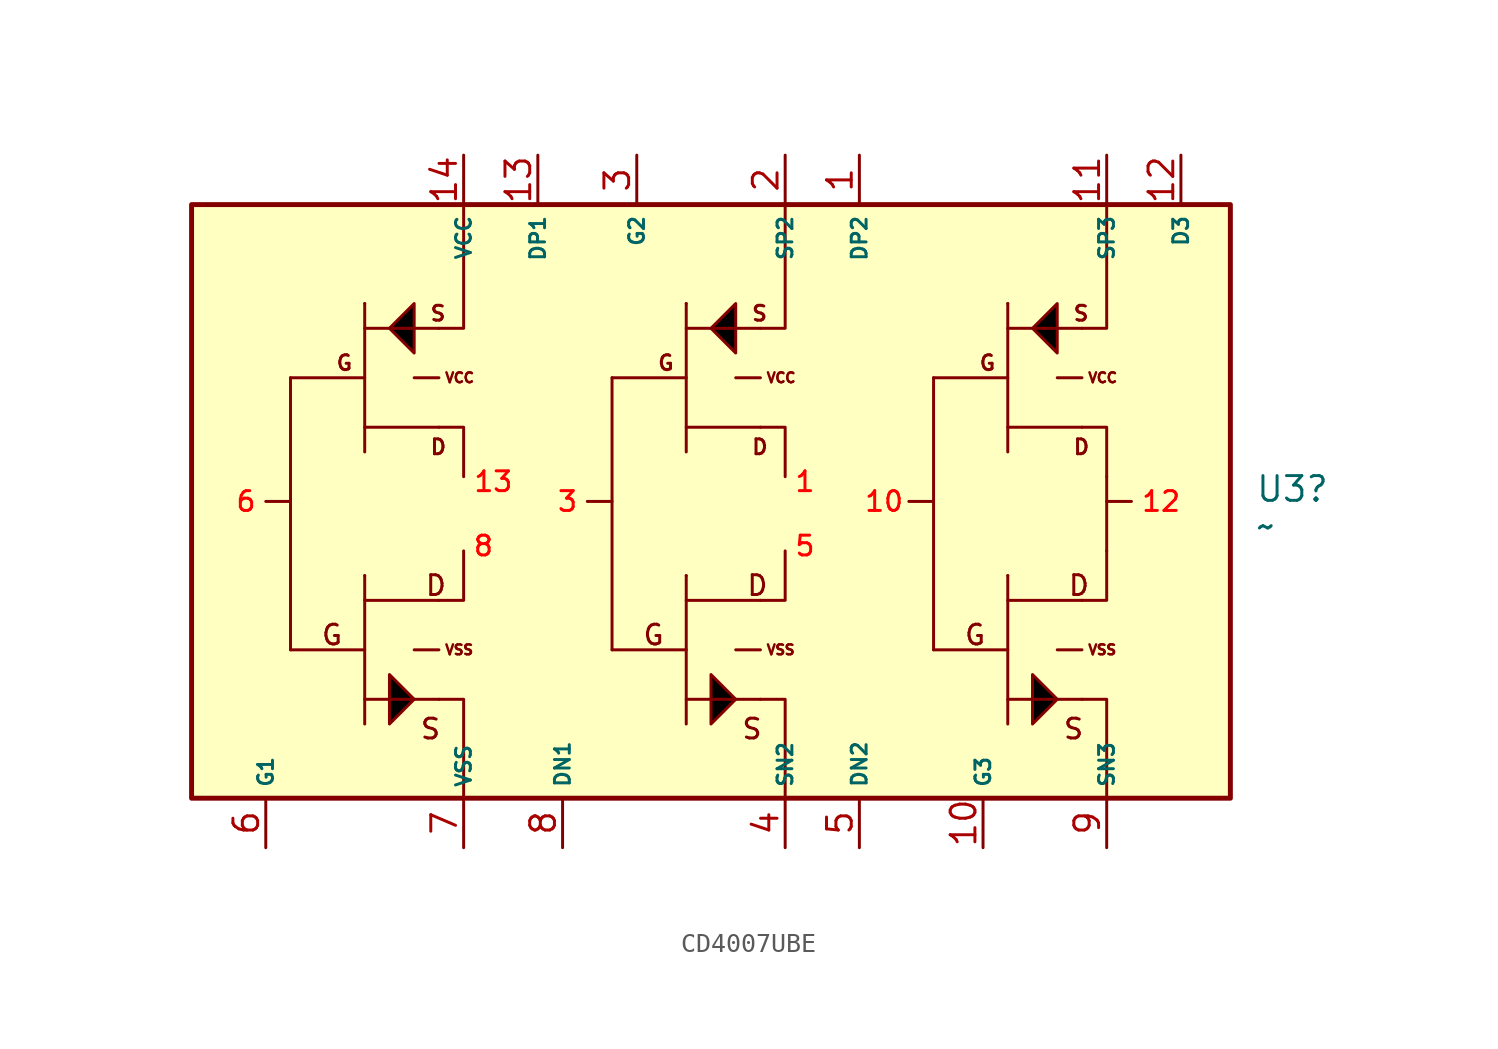
<source format=kicad_sym>
(kicad_symbol_lib
  (version 20231120)
  (generator "kicad_symbol_editor")
  (generator_version "8.0")
  (symbol "CD4007UBE"
    (property "Reference" "U3"
      (at 27.94 0.635 0)
      (effects (font (size 1.27 1.27)) (justify left)))
    (property "Value" "~"
      (at 27.94 -1.27 0)
      (effects (font (size 1.27 1.27)) (justify left)))
    (symbol "CD4007UBE_1_1"
      (rectangle (start -26.67 15.24) (end 26.67 -15.24) (stroke (width 0.254) (type default)) (fill (type background)))
      (polyline (pts (xy -21.59 -7.62) (xy -17.78 -7.62)) (stroke (width 0) (type default)) (fill (type none)))
      (polyline (pts (xy -21.59 0) (xy -22.86 0)) (stroke (width 0) (type default)) (fill (type none)))
      (polyline (pts (xy -21.59 6.35) (xy -21.59 -7.62)) (stroke (width 0) (type default)) (fill (type none)))
      (polyline (pts (xy -21.59 6.35) (xy -17.78 6.35)) (stroke (width 0) (type default)) (fill (type none)))
      (polyline (pts (xy -17.78 -10.16) (xy -13.97 -10.16)) (stroke (width 0) (type default)) (fill (type none)))
      (polyline (pts (xy -17.78 -5.08) (xy -13.97 -5.08)) (stroke (width 0) (type default)) (fill (type none)))
      (polyline (pts (xy -17.78 -3.81) (xy -17.78 -11.43)) (stroke (width 0) (type default)) (fill (type none)))
      (polyline (pts (xy -17.78 -3.81) (xy -17.78 -3.81)) (stroke (width 0) (type default)) (fill (type none)))
      (polyline (pts (xy -17.78 3.81) (xy -13.97 3.81)) (stroke (width 0) (type default)) (fill (type none)))
      (polyline (pts (xy -17.78 8.89) (xy -13.97 8.89)) (stroke (width 0) (type default)) (fill (type none)))
      (polyline (pts (xy -17.78 10.16) (xy -17.78 2.54)) (stroke (width 0) (type default)) (fill (type none)))
      (polyline (pts (xy -17.78 10.16) (xy -17.78 10.16)) (stroke (width 0) (type default)) (fill (type none)))
      (polyline (pts (xy -15.24 -7.62) (xy -13.97 -7.62)) (stroke (width 0) (type default)) (fill (type none)))
      (polyline (pts (xy -15.24 6.35) (xy -13.97 6.35)) (stroke (width 0) (type default)) (fill (type none)))
      (polyline (pts (xy -5.08 -7.62) (xy -1.27 -7.62)) (stroke (width 0) (type default)) (fill (type none)))
      (polyline (pts (xy -5.08 0) (xy -6.35 0)) (stroke (width 0) (type default)) (fill (type none)))
      (polyline (pts (xy -5.08 6.35) (xy -5.08 -7.62)) (stroke (width 0) (type default)) (fill (type none)))
      (polyline (pts (xy -5.08 6.35) (xy -1.27 6.35)) (stroke (width 0) (type default)) (fill (type none)))
      (polyline (pts (xy -1.27 -10.16) (xy 2.54 -10.16)) (stroke (width 0) (type default)) (fill (type none)))
      (polyline (pts (xy -1.27 -5.08) (xy 2.54 -5.08)) (stroke (width 0) (type default)) (fill (type none)))
      (polyline (pts (xy -1.27 -3.81) (xy -1.27 -11.43)) (stroke (width 0) (type default)) (fill (type none)))
      (polyline (pts (xy -1.27 -3.81) (xy -1.27 -3.81)) (stroke (width 0) (type default)) (fill (type none)))
      (polyline (pts (xy -1.27 3.81) (xy 2.54 3.81)) (stroke (width 0) (type default)) (fill (type none)))
      (polyline (pts (xy -1.27 8.89) (xy 2.54 8.89)) (stroke (width 0) (type default)) (fill (type none)))
      (polyline (pts (xy -1.27 10.16) (xy -1.27 2.54)) (stroke (width 0) (type default)) (fill (type none)))
      (polyline (pts (xy -1.27 10.16) (xy -1.27 10.16)) (stroke (width 0) (type default)) (fill (type none)))
      (polyline (pts (xy 1.27 -7.62) (xy 2.54 -7.62)) (stroke (width 0) (type default)) (fill (type none)))
      (polyline (pts (xy 1.27 6.35) (xy 2.54 6.35)) (stroke (width 0) (type default)) (fill (type none)))
      (polyline (pts (xy 11.43 -7.62) (xy 15.24 -7.62)) (stroke (width 0) (type default)) (fill (type none)))
      (polyline (pts (xy 11.43 0) (xy 10.16 0)) (stroke (width 0) (type default)) (fill (type none)))
      (polyline (pts (xy 11.43 6.35) (xy 11.43 -7.62)) (stroke (width 0) (type default)) (fill (type none)))
      (polyline (pts (xy 11.43 6.35) (xy 15.24 6.35)) (stroke (width 0) (type default)) (fill (type none)))
      (polyline (pts (xy 15.24 -10.16) (xy 19.05 -10.16)) (stroke (width 0) (type default)) (fill (type none)))
      (polyline (pts (xy 15.24 -5.08) (xy 19.05 -5.08)) (stroke (width 0) (type default)) (fill (type none)))
      (polyline (pts (xy 15.24 -3.81) (xy 15.24 -11.43)) (stroke (width 0) (type default)) (fill (type none)))
      (polyline (pts (xy 15.24 -3.81) (xy 15.24 -3.81)) (stroke (width 0) (type default)) (fill (type none)))
      (polyline (pts (xy 15.24 3.81) (xy 19.05 3.81)) (stroke (width 0) (type default)) (fill (type none)))
      (polyline (pts (xy 15.24 8.89) (xy 19.05 8.89)) (stroke (width 0) (type default)) (fill (type none)))
      (polyline (pts (xy 15.24 10.16) (xy 15.24 2.54)) (stroke (width 0) (type default)) (fill (type none)))
      (polyline (pts (xy 15.24 10.16) (xy 15.24 10.16)) (stroke (width 0) (type default)) (fill (type none)))
      (polyline (pts (xy 17.78 -7.62) (xy 19.05 -7.62)) (stroke (width 0) (type default)) (fill (type none)))
      (polyline (pts (xy 17.78 6.35) (xy 19.05 6.35)) (stroke (width 0) (type default)) (fill (type none)))
      (polyline (pts (xy 20.32 0) (xy 21.59 0)) (stroke (width 0) (type default)) (fill (type none)))
      (polyline (pts (xy 20.32 1.27) (xy 20.32 -2.54)) (stroke (width 0) (type default)) (fill (type none)))
      (polyline (pts (xy -13.97 -10.16) (xy -12.7 -10.16) (xy -12.7 -15.24)) (stroke (width 0) (type default)) (fill (type none)))
      (polyline (pts (xy -13.97 -5.08) (xy -12.7 -5.08) (xy -12.7 -2.54)) (stroke (width 0) (type default)) (fill (type none)))
      (polyline (pts (xy -13.97 3.81) (xy -12.7 3.81) (xy -12.7 1.27)) (stroke (width 0) (type default)) (fill (type none)))
      (polyline (pts (xy -13.97 8.89) (xy -12.7 8.89) (xy -12.7 15.24)) (stroke (width 0) (type default)) (fill (type none)))
      (polyline (pts (xy 2.54 -10.16) (xy 3.81 -10.16) (xy 3.81 -15.24)) (stroke (width 0) (type default)) (fill (type none)))
      (polyline (pts (xy 2.54 -5.08) (xy 3.81 -5.08) (xy 3.81 -2.54)) (stroke (width 0) (type default)) (fill (type none)))
      (polyline (pts (xy 2.54 3.81) (xy 3.81 3.81) (xy 3.81 1.27)) (stroke (width 0) (type default)) (fill (type none)))
      (polyline (pts (xy 2.54 8.89) (xy 3.81 8.89) (xy 3.81 15.24)) (stroke (width 0) (type default)) (fill (type none)))
      (polyline (pts (xy 19.05 -10.16) (xy 20.32 -10.16) (xy 20.32 -15.24)) (stroke (width 0) (type default)) (fill (type none)))
      (polyline (pts (xy 19.05 -5.08) (xy 20.32 -5.08) (xy 20.32 -2.54)) (stroke (width 0) (type default)) (fill (type none)))
      (polyline (pts (xy 19.05 3.81) (xy 20.32 3.81) (xy 20.32 1.27)) (stroke (width 0) (type default)) (fill (type none)))
      (polyline (pts (xy 19.05 8.89) (xy 20.32 8.89) (xy 20.32 15.24)) (stroke (width 0) (type default)) (fill (type none)))
      (polyline (pts (xy -16.51 -8.89) (xy -15.24 -10.16) (xy -16.51 -11.43) (xy -16.51 -8.89)) (stroke (width 0) (type default)) (fill (type color) (color 0 0 0 1)))
      (polyline (pts (xy -15.24 10.16) (xy -16.51 8.89) (xy -15.24 7.62) (xy -15.24 10.16)) (stroke (width 0) (type default)) (fill (type color) (color 0 0 0 1)))
      (polyline (pts (xy 0 -8.89) (xy 1.27 -10.16) (xy 0 -11.43) (xy 0 -8.89)) (stroke (width 0) (type default)) (fill (type color) (color 0 0 0 1)))
      (polyline (pts (xy 1.27 10.16) (xy 0 8.89) (xy 1.27 7.62) (xy 1.27 10.16)) (stroke (width 0) (type default)) (fill (type color) (color 0 0 0 1)))
      (polyline (pts (xy 16.51 -8.89) (xy 17.78 -10.16) (xy 16.51 -11.43) (xy 16.51 -8.89)) (stroke (width 0) (type default)) (fill (type color) (color 0 0 0 1)))
      (polyline (pts (xy 17.78 10.16) (xy 16.51 8.89) (xy 17.78 7.62) (xy 17.78 10.16)) (stroke (width 0) (type default)) (fill (type color) (color 0 0 0 1)))
      (text "1" (at 4.826 1.016 0) (effects (font (size 1.016 1.016) (color 255 0 0 1))))
      (text "10" (at 8.89 0 0) (effects (font (size 1.016 1.016) (color 255 0 0 1))))
      (text "12" (at 23.114 0 0) (effects (font (size 1.016 1.016) (color 255 0 0 1))))
      (text "13" (at -11.176 1.016 0) (effects (font (size 1.016 1.016) (color 255 0 0 1))))
      (text "3" (at -7.366 0 0) (effects (font (size 1.016 1.016) (color 255 0 0 1))))
      (text "5" (at 4.826 -2.286 0) (effects (font (size 1.016 1.016) (color 255 0 0 1))))
      (text "6" (at -23.876 0 0) (effects (font (size 1.016 1.016) (color 255 0 0 1))))
      (text "8" (at -11.684 -2.286 0) (effects (font (size 1.016 1.016) (color 255 0 0 1))))
      (text "D" (at -14.732 -4.318 0) (effects (font (size 1.016 1.016)) (justify left)))
      (text "D" (at -14.478 2.794 0) (effects (font (size 0.762 0.762)) (justify left)))
      (text "D" (at 1.778 -4.318 0) (effects (font (size 1.016 1.016)) (justify left)))
      (text "D" (at 2.032 2.794 0) (effects (font (size 0.762 0.762)) (justify left)))
      (text "D" (at 18.288 -4.318 0) (effects (font (size 1.016 1.016)) (justify left)))
      (text "D" (at 18.542 2.794 0) (effects (font (size 0.762 0.762)) (justify left)))
      (text "G" (at -20.066 -6.858 0) (effects (font (size 1.016 1.016)) (justify left)))
      (text "G" (at -19.304 7.112 0) (effects (font (size 0.762 0.762)) (justify left)))
      (text "G" (at -3.556 -6.858 0) (effects (font (size 1.016 1.016)) (justify left)))
      (text "G" (at -2.794 7.112 0) (effects (font (size 0.762 0.762)) (justify left)))
      (text "G" (at 12.954 -6.858 0) (effects (font (size 1.016 1.016)) (justify left)))
      (text "G" (at 13.716 7.112 0) (effects (font (size 0.762 0.762)) (justify left)))
      (text "S" (at -14.986 -11.684 0) (effects (font (size 1.016 1.016)) (justify left)))
      (text "S" (at -14.478 9.652 0) (effects (font (size 0.762 0.762)) (justify left)))
      (text "S" (at 1.524 -11.684 0) (effects (font (size 1.016 1.016)) (justify left)))
      (text "S" (at 2.032 9.652 0) (effects (font (size 0.762 0.762)) (justify left)))
      (text "S" (at 18.034 -11.684 0) (effects (font (size 1.016 1.016)) (justify left)))
      (text "S" (at 18.542 9.652 0) (effects (font (size 0.762 0.762)) (justify left)))
      (text "VCC" (at -13.716 6.35 0) (effects (font (size 0.508 0.508)) (justify left)))
      (text "VCC" (at 2.794 6.35 0) (effects (font (size 0.508 0.508)) (justify left)))
      (text "VCC" (at 19.304 6.35 0) (effects (font (size 0.508 0.508)) (justify left)))
      (text "VSS" (at -13.716 -7.62 0) (effects (font (size 0.508 0.508)) (justify left)))
      (text "VSS" (at 2.794 -7.62 0) (effects (font (size 0.508 0.508)) (justify left)))
      (text "VSS" (at 19.304 -7.62 0) (effects (font (size 0.508 0.508)) (justify left)))
      (pin output line (at 7.62 17.78 270) (length 2.54) (name "DP2" (effects (font (size 0.762 0.762)))) (number "1" (effects (font (size 1.27 1.27)))))
      (pin input line (at 13.97 -17.78 90) (length 2.54) (name "G3" (effects (font (size 0.762 0.762)))) (number "10" (effects (font (size 1.27 1.27)))))
      (pin input line (at 20.32 17.78 270) (length 2.54) (name "SP3" (effects (font (size 0.762 0.762)))) (number "11" (effects (font (size 1.27 1.27)))))
      (pin output line (at 24.13 17.78 270) (length 2.54) (name "D3" (effects (font (size 0.762 0.762)))) (number "12" (effects (font (size 1.27 1.27)))))
      (pin output line (at -8.89 17.78 270) (length 2.54) (name "DP1" (effects (font (size 0.762 0.762)))) (number "13" (effects (font (size 1.27 1.27)))))
      (pin input line (at -12.7 17.78 270) (length 2.54) (name "VCC" (effects (font (size 0.762 0.762)))) (number "14" (effects (font (size 1.27 1.27)))))
      (pin input line (at 3.81 17.78 270) (length 2.54) (name "SP2" (effects (font (size 0.762 0.762)))) (number "2" (effects (font (size 1.27 1.27)))))
      (pin input line (at -3.81 17.78 270) (length 2.54) (name "G2" (effects (font (size 0.762 0.762)))) (number "3" (effects (font (size 1.27 1.27)))))
      (pin input line (at 3.81 -17.78 90) (length 2.54) (name "SN2" (effects (font (size 0.762 0.762)))) (number "4" (effects (font (size 1.27 1.27)))))
      (pin output line (at 7.62 -17.78 90) (length 2.54) (name "DN2" (effects (font (size 0.762 0.762)))) (number "5" (effects (font (size 1.27 1.27)))))
      (pin input line (at -22.86 -17.78 90) (length 2.54) (name "G1" (effects (font (size 0.762 0.762)))) (number "6" (effects (font (size 1.27 1.27)))))
      (pin input line (at -12.7 -17.78 90) (length 2.54) (name "VSS" (effects (font (size 0.762 0.762)))) (number "7" (effects (font (size 1.27 1.27)))))
      (pin output line (at -7.62 -17.78 90) (length 2.54) (name "DN1" (effects (font (size 0.762 0.762)))) (number "8" (effects (font (size 1.27 1.27)))))
      (pin input line (at 20.32 -17.78 90) (length 2.54) (name "SN3" (effects (font (size 0.762 0.762)))) (number "9" (effects (font (size 1.27 1.27))))))))
</source>
